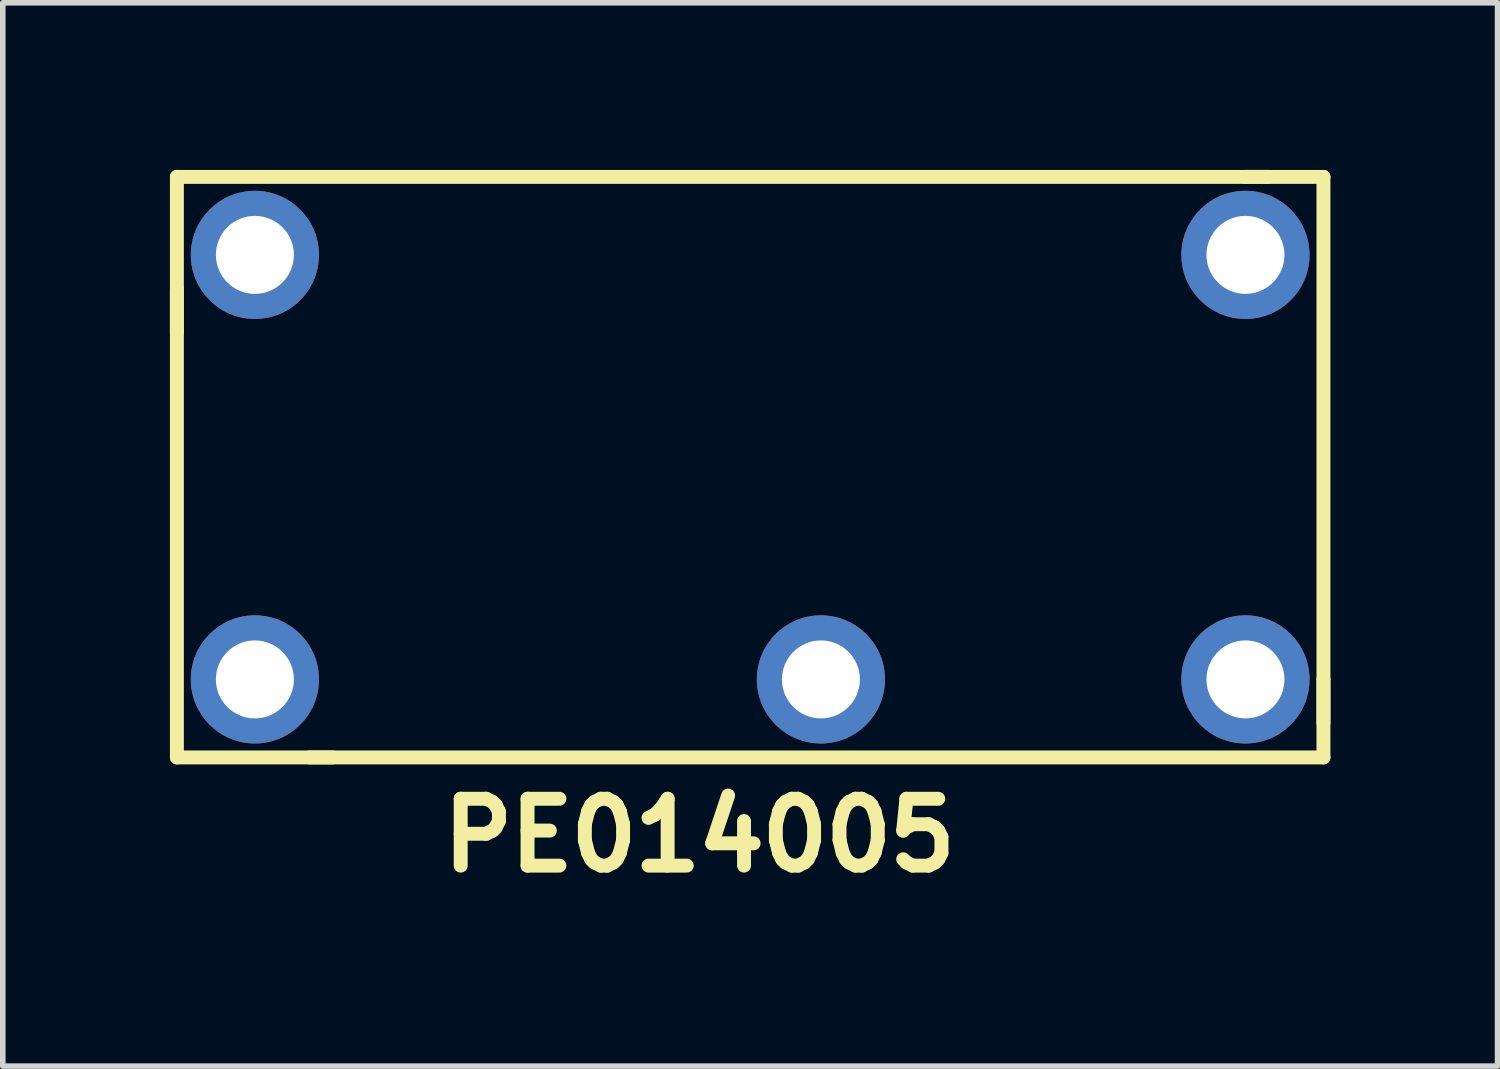
<source format=kicad_pcb>
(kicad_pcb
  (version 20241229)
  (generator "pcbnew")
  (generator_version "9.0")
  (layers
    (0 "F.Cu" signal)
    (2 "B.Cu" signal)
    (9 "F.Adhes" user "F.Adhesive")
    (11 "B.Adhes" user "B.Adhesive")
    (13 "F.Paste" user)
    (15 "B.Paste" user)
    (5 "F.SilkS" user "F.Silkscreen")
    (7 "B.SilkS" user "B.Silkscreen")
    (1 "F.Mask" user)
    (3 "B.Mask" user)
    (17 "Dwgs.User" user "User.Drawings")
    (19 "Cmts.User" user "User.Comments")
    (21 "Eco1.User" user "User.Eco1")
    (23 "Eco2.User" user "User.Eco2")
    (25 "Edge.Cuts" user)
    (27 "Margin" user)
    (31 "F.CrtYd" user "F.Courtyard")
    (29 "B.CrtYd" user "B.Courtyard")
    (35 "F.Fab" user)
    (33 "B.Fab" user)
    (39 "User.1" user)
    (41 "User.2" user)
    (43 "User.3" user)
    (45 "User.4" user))
  (footprint "PE014005"
    (layer "F.Cu")
    (at 1.525 9.145)
    (property "Reference" "PE014005" (at 7.98 2.8 0) (layer "F.SilkS") (effects (font (size 1.2 1.2) (thickness 0.25))))
    (attr through_hole)
    (fp_line (start -1.4 -9.02) (end -1.4 -6.22) (stroke (width 0.25) (type solid)) (layer "F.SilkS"))
    (fp_line (start -1.4 -9.02) (end 18.2 -9.02) (stroke (width 0.25) (type solid)) (layer "F.SilkS"))
    (fp_line (start -1.4 -7) (end -1.4 1.4) (stroke (width 0.25) (type solid)) (layer "F.SilkS"))
    (fp_line (start -1.4 1.4) (end 1.4 1.4) (stroke (width 0.25) (type solid)) (layer "F.SilkS"))
    (fp_line (start 19.18 -9.02) (end 17.78 -9.02) (stroke (width 0.25) (type solid)) (layer "F.SilkS"))
    (fp_line (start 19.18 -9.02) (end 19.18 0.78) (stroke (width 0.25) (type solid)) (layer "F.SilkS"))
    (fp_line (start 19.18 0) (end 19.18 1.4) (stroke (width 0.25) (type solid)) (layer "F.SilkS"))
    (fp_line (start 19.18 1.4) (end 0.98 1.4) (stroke (width 0.25) (type solid)) (layer "F.SilkS"))
    (pad "11" thru_hole circle (at 10.16 0) (size 2.3 2.3) (drill 1.4) (layers "*.Cu" "*.Mask"))
    (pad "12" thru_hole circle (at 17.78 -7.62) (size 2.3 2.3) (drill 1.4) (layers "*.Cu" "*.Mask"))
    (pad "14" thru_hole circle (at 17.78 0) (size 2.3 2.3) (drill 1.4) (layers "*.Cu" "*.Mask"))
    (pad "A1" thru_hole circle (at 0 0) (size 2.3 2.3) (drill 1.4) (layers "*.Cu" "*.Mask"))
    (pad "A2" thru_hole circle (at 0 -7.62) (size 2.3 2.3) (drill 1.4) (layers "*.Cu" "*.Mask")))
  (gr_rect
    (start -3 -3)
    (end 23.83 16.086)
    (stroke (width 0.1) (type default))
    (fill no)
    (layer "Edge.Cuts")))
</source>
